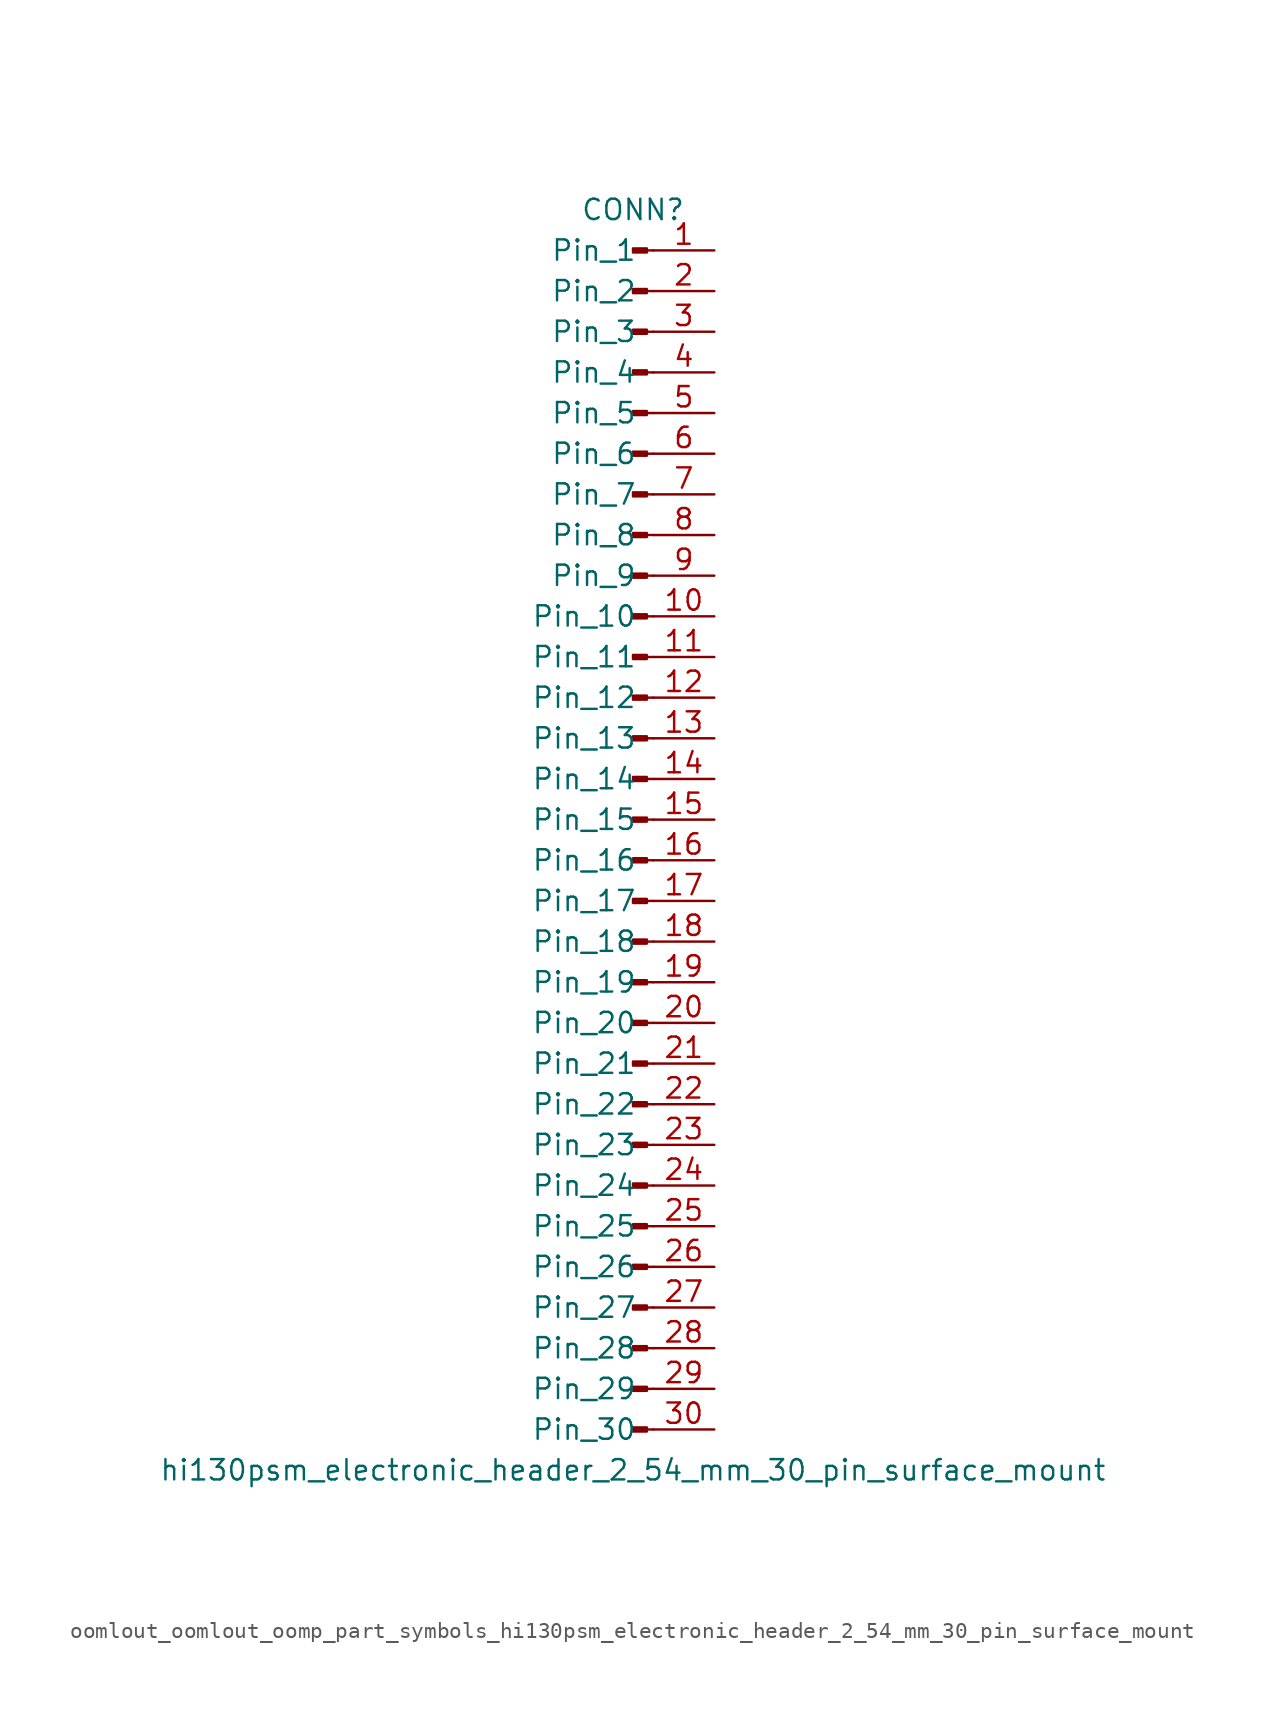
<source format=kicad_sym>
(kicad_symbol_lib
  (version 20220914)
  (generator kicad_symbol_editor)
  (symbol "oomlout_oomlout_oomp_part_symbols_hi130psm_electronic_header_2_54_mm_30_pin_surface_mount"
    (pin_names
      (offset 1.016))
    (property "Reference" "CONN"
      (at 0 38.1 0)
      (effects (font (size 1.27 1.27))))
    (property "Value" "hi130psm_electronic_header_2_54_mm_30_pin_surface_mount"
      (at 0 -40.64 0)
      (effects (font (size 1.27 1.27))))
    (property "ki_locked" ""
      (at 0 0 0)
      (effects (font (size 1.27 1.27))))
    (symbol "oomlout_oomlout_oomp_part_symbols_hi130psm_electronic_header_2_54_mm_30_pin_surface_mount_1_1"
      (polyline (pts (xy 1.27 -38.1) (xy 0.864 -38.1)) (stroke (width 0.152) (type default)) (fill (type none)))
      (polyline (pts (xy 1.27 -35.56) (xy 0.864 -35.56)) (stroke (width 0.152) (type default)) (fill (type none)))
      (polyline (pts (xy 1.27 -33.02) (xy 0.864 -33.02)) (stroke (width 0.152) (type default)) (fill (type none)))
      (polyline (pts (xy 1.27 -30.48) (xy 0.864 -30.48)) (stroke (width 0.152) (type default)) (fill (type none)))
      (polyline (pts (xy 1.27 -27.94) (xy 0.864 -27.94)) (stroke (width 0.152) (type default)) (fill (type none)))
      (polyline (pts (xy 1.27 -25.4) (xy 0.864 -25.4)) (stroke (width 0.152) (type default)) (fill (type none)))
      (polyline (pts (xy 1.27 -22.86) (xy 0.864 -22.86)) (stroke (width 0.152) (type default)) (fill (type none)))
      (polyline (pts (xy 1.27 -20.32) (xy 0.864 -20.32)) (stroke (width 0.152) (type default)) (fill (type none)))
      (polyline (pts (xy 1.27 -17.78) (xy 0.864 -17.78)) (stroke (width 0.152) (type default)) (fill (type none)))
      (polyline (pts (xy 1.27 -15.24) (xy 0.864 -15.24)) (stroke (width 0.152) (type default)) (fill (type none)))
      (polyline (pts (xy 1.27 -12.7) (xy 0.864 -12.7)) (stroke (width 0.152) (type default)) (fill (type none)))
      (polyline (pts (xy 1.27 -10.16) (xy 0.864 -10.16)) (stroke (width 0.152) (type default)) (fill (type none)))
      (polyline (pts (xy 1.27 -7.62) (xy 0.864 -7.62)) (stroke (width 0.152) (type default)) (fill (type none)))
      (polyline (pts (xy 1.27 -5.08) (xy 0.864 -5.08)) (stroke (width 0.152) (type default)) (fill (type none)))
      (polyline (pts (xy 1.27 -2.54) (xy 0.864 -2.54)) (stroke (width 0.152) (type default)) (fill (type none)))
      (polyline (pts (xy 1.27 0) (xy 0.864 0)) (stroke (width 0.152) (type default)) (fill (type none)))
      (polyline (pts (xy 1.27 2.54) (xy 0.864 2.54)) (stroke (width 0.152) (type default)) (fill (type none)))
      (polyline (pts (xy 1.27 5.08) (xy 0.864 5.08)) (stroke (width 0.152) (type default)) (fill (type none)))
      (polyline (pts (xy 1.27 7.62) (xy 0.864 7.62)) (stroke (width 0.152) (type default)) (fill (type none)))
      (polyline (pts (xy 1.27 10.16) (xy 0.864 10.16)) (stroke (width 0.152) (type default)) (fill (type none)))
      (polyline (pts (xy 1.27 12.7) (xy 0.864 12.7)) (stroke (width 0.152) (type default)) (fill (type none)))
      (polyline (pts (xy 1.27 15.24) (xy 0.864 15.24)) (stroke (width 0.152) (type default)) (fill (type none)))
      (polyline (pts (xy 1.27 17.78) (xy 0.864 17.78)) (stroke (width 0.152) (type default)) (fill (type none)))
      (polyline (pts (xy 1.27 20.32) (xy 0.864 20.32)) (stroke (width 0.152) (type default)) (fill (type none)))
      (polyline (pts (xy 1.27 22.86) (xy 0.864 22.86)) (stroke (width 0.152) (type default)) (fill (type none)))
      (polyline (pts (xy 1.27 25.4) (xy 0.864 25.4)) (stroke (width 0.152) (type default)) (fill (type none)))
      (polyline (pts (xy 1.27 27.94) (xy 0.864 27.94)) (stroke (width 0.152) (type default)) (fill (type none)))
      (polyline (pts (xy 1.27 30.48) (xy 0.864 30.48)) (stroke (width 0.152) (type default)) (fill (type none)))
      (polyline (pts (xy 1.27 33.02) (xy 0.864 33.02)) (stroke (width 0.152) (type default)) (fill (type none)))
      (polyline (pts (xy 1.27 35.56) (xy 0.864 35.56)) (stroke (width 0.152) (type default)) (fill (type none)))
      (rectangle (start 0.864 -37.973) (end 0 -38.227) (stroke (width 0.152) (type default)) (fill (type outline)))
      (rectangle (start 0.864 -35.433) (end 0 -35.687) (stroke (width 0.152) (type default)) (fill (type outline)))
      (rectangle (start 0.864 -32.893) (end 0 -33.147) (stroke (width 0.152) (type default)) (fill (type outline)))
      (rectangle (start 0.864 -30.353) (end 0 -30.607) (stroke (width 0.152) (type default)) (fill (type outline)))
      (rectangle (start 0.864 -27.813) (end 0 -28.067) (stroke (width 0.152) (type default)) (fill (type outline)))
      (rectangle (start 0.864 -25.273) (end 0 -25.527) (stroke (width 0.152) (type default)) (fill (type outline)))
      (rectangle (start 0.864 -22.733) (end 0 -22.987) (stroke (width 0.152) (type default)) (fill (type outline)))
      (rectangle (start 0.864 -20.193) (end 0 -20.447) (stroke (width 0.152) (type default)) (fill (type outline)))
      (rectangle (start 0.864 -17.653) (end 0 -17.907) (stroke (width 0.152) (type default)) (fill (type outline)))
      (rectangle (start 0.864 -15.113) (end 0 -15.367) (stroke (width 0.152) (type default)) (fill (type outline)))
      (rectangle (start 0.864 -12.573) (end 0 -12.827) (stroke (width 0.152) (type default)) (fill (type outline)))
      (rectangle (start 0.864 -10.033) (end 0 -10.287) (stroke (width 0.152) (type default)) (fill (type outline)))
      (rectangle (start 0.864 -7.493) (end 0 -7.747) (stroke (width 0.152) (type default)) (fill (type outline)))
      (rectangle (start 0.864 -4.953) (end 0 -5.207) (stroke (width 0.152) (type default)) (fill (type outline)))
      (rectangle (start 0.864 -2.413) (end 0 -2.667) (stroke (width 0.152) (type default)) (fill (type outline)))
      (rectangle (start 0.864 0.127) (end 0 -0.127) (stroke (width 0.152) (type default)) (fill (type outline)))
      (rectangle (start 0.864 2.667) (end 0 2.413) (stroke (width 0.152) (type default)) (fill (type outline)))
      (rectangle (start 0.864 5.207) (end 0 4.953) (stroke (width 0.152) (type default)) (fill (type outline)))
      (rectangle (start 0.864 7.747) (end 0 7.493) (stroke (width 0.152) (type default)) (fill (type outline)))
      (rectangle (start 0.864 10.287) (end 0 10.033) (stroke (width 0.152) (type default)) (fill (type outline)))
      (rectangle (start 0.864 12.827) (end 0 12.573) (stroke (width 0.152) (type default)) (fill (type outline)))
      (rectangle (start 0.864 15.367) (end 0 15.113) (stroke (width 0.152) (type default)) (fill (type outline)))
      (rectangle (start 0.864 17.907) (end 0 17.653) (stroke (width 0.152) (type default)) (fill (type outline)))
      (rectangle (start 0.864 20.447) (end 0 20.193) (stroke (width 0.152) (type default)) (fill (type outline)))
      (rectangle (start 0.864 22.987) (end 0 22.733) (stroke (width 0.152) (type default)) (fill (type outline)))
      (rectangle (start 0.864 25.527) (end 0 25.273) (stroke (width 0.152) (type default)) (fill (type outline)))
      (rectangle (start 0.864 28.067) (end 0 27.813) (stroke (width 0.152) (type default)) (fill (type outline)))
      (rectangle (start 0.864 30.607) (end 0 30.353) (stroke (width 0.152) (type default)) (fill (type outline)))
      (rectangle (start 0.864 33.147) (end 0 32.893) (stroke (width 0.152) (type default)) (fill (type outline)))
      (rectangle (start 0.864 35.687) (end 0 35.433) (stroke (width 0.152) (type default)) (fill (type outline)))
      (pin passive line (at 5.08 35.56 180) (length 3.81) (name "Pin_1" (effects (font (size 1.27 1.27)))) (number "1" (effects (font (size 1.27 1.27)))))
      (pin passive line (at 5.08 12.7 180) (length 3.81) (name "Pin_10" (effects (font (size 1.27 1.27)))) (number "10" (effects (font (size 1.27 1.27)))))
      (pin passive line (at 5.08 10.16 180) (length 3.81) (name "Pin_11" (effects (font (size 1.27 1.27)))) (number "11" (effects (font (size 1.27 1.27)))))
      (pin passive line (at 5.08 7.62 180) (length 3.81) (name "Pin_12" (effects (font (size 1.27 1.27)))) (number "12" (effects (font (size 1.27 1.27)))))
      (pin passive line (at 5.08 5.08 180) (length 3.81) (name "Pin_13" (effects (font (size 1.27 1.27)))) (number "13" (effects (font (size 1.27 1.27)))))
      (pin passive line (at 5.08 2.54 180) (length 3.81) (name "Pin_14" (effects (font (size 1.27 1.27)))) (number "14" (effects (font (size 1.27 1.27)))))
      (pin passive line (at 5.08 0 180) (length 3.81) (name "Pin_15" (effects (font (size 1.27 1.27)))) (number "15" (effects (font (size 1.27 1.27)))))
      (pin passive line (at 5.08 -2.54 180) (length 3.81) (name "Pin_16" (effects (font (size 1.27 1.27)))) (number "16" (effects (font (size 1.27 1.27)))))
      (pin passive line (at 5.08 -5.08 180) (length 3.81) (name "Pin_17" (effects (font (size 1.27 1.27)))) (number "17" (effects (font (size 1.27 1.27)))))
      (pin passive line (at 5.08 -7.62 180) (length 3.81) (name "Pin_18" (effects (font (size 1.27 1.27)))) (number "18" (effects (font (size 1.27 1.27)))))
      (pin passive line (at 5.08 -10.16 180) (length 3.81) (name "Pin_19" (effects (font (size 1.27 1.27)))) (number "19" (effects (font (size 1.27 1.27)))))
      (pin passive line (at 5.08 33.02 180) (length 3.81) (name "Pin_2" (effects (font (size 1.27 1.27)))) (number "2" (effects (font (size 1.27 1.27)))))
      (pin passive line (at 5.08 -12.7 180) (length 3.81) (name "Pin_20" (effects (font (size 1.27 1.27)))) (number "20" (effects (font (size 1.27 1.27)))))
      (pin passive line (at 5.08 -15.24 180) (length 3.81) (name "Pin_21" (effects (font (size 1.27 1.27)))) (number "21" (effects (font (size 1.27 1.27)))))
      (pin passive line (at 5.08 -17.78 180) (length 3.81) (name "Pin_22" (effects (font (size 1.27 1.27)))) (number "22" (effects (font (size 1.27 1.27)))))
      (pin passive line (at 5.08 -20.32 180) (length 3.81) (name "Pin_23" (effects (font (size 1.27 1.27)))) (number "23" (effects (font (size 1.27 1.27)))))
      (pin passive line (at 5.08 -22.86 180) (length 3.81) (name "Pin_24" (effects (font (size 1.27 1.27)))) (number "24" (effects (font (size 1.27 1.27)))))
      (pin passive line (at 5.08 -25.4 180) (length 3.81) (name "Pin_25" (effects (font (size 1.27 1.27)))) (number "25" (effects (font (size 1.27 1.27)))))
      (pin passive line (at 5.08 -27.94 180) (length 3.81) (name "Pin_26" (effects (font (size 1.27 1.27)))) (number "26" (effects (font (size 1.27 1.27)))))
      (pin passive line (at 5.08 -30.48 180) (length 3.81) (name "Pin_27" (effects (font (size 1.27 1.27)))) (number "27" (effects (font (size 1.27 1.27)))))
      (pin passive line (at 5.08 -33.02 180) (length 3.81) (name "Pin_28" (effects (font (size 1.27 1.27)))) (number "28" (effects (font (size 1.27 1.27)))))
      (pin passive line (at 5.08 -35.56 180) (length 3.81) (name "Pin_29" (effects (font (size 1.27 1.27)))) (number "29" (effects (font (size 1.27 1.27)))))
      (pin passive line (at 5.08 30.48 180) (length 3.81) (name "Pin_3" (effects (font (size 1.27 1.27)))) (number "3" (effects (font (size 1.27 1.27)))))
      (pin passive line (at 5.08 -38.1 180) (length 3.81) (name "Pin_30" (effects (font (size 1.27 1.27)))) (number "30" (effects (font (size 1.27 1.27)))))
      (pin passive line (at 5.08 27.94 180) (length 3.81) (name "Pin_4" (effects (font (size 1.27 1.27)))) (number "4" (effects (font (size 1.27 1.27)))))
      (pin passive line (at 5.08 25.4 180) (length 3.81) (name "Pin_5" (effects (font (size 1.27 1.27)))) (number "5" (effects (font (size 1.27 1.27)))))
      (pin passive line (at 5.08 22.86 180) (length 3.81) (name "Pin_6" (effects (font (size 1.27 1.27)))) (number "6" (effects (font (size 1.27 1.27)))))
      (pin passive line (at 5.08 20.32 180) (length 3.81) (name "Pin_7" (effects (font (size 1.27 1.27)))) (number "7" (effects (font (size 1.27 1.27)))))
      (pin passive line (at 5.08 17.78 180) (length 3.81) (name "Pin_8" (effects (font (size 1.27 1.27)))) (number "8" (effects (font (size 1.27 1.27)))))
      (pin passive line (at 5.08 15.24 180) (length 3.81) (name "Pin_9" (effects (font (size 1.27 1.27)))) (number "9" (effects (font (size 1.27 1.27))))))))
</source>
